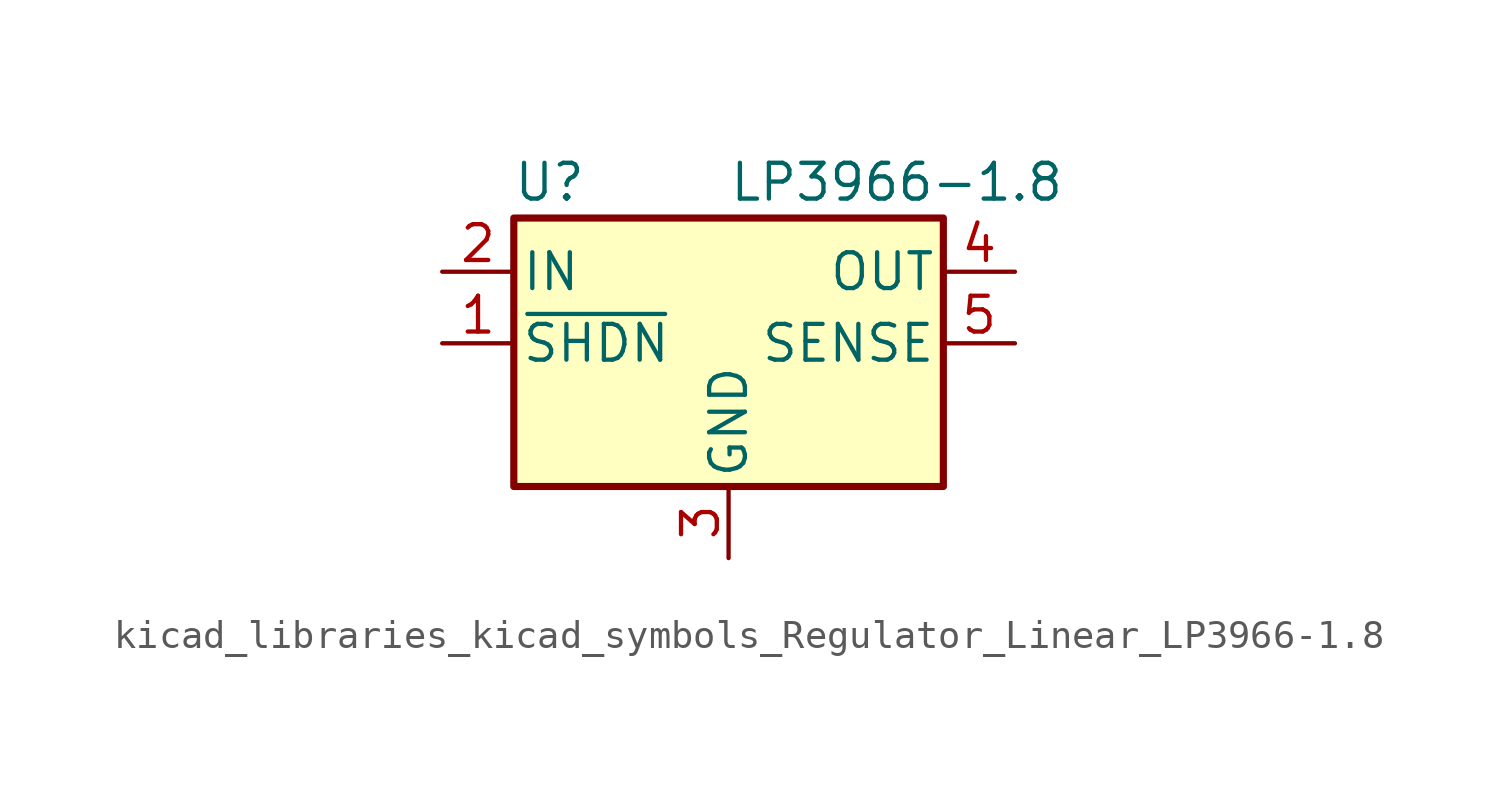
<source format=kicad_sym>
(kicad_symbol_lib
  (version 20220914)
  (generator kicad_symbol_editor)
  (symbol "kicad_libraries_kicad_symbols_Regulator_Linear_LP3966-1.8"
    (pin_names
      (offset 0.254))
    (property "Reference" "U"
      (at -6.35 5.715 0)
      (effects (font (size 1.27 1.27))))
    (property "Value" "LP3966-1.8"
      (at 0 5.715 0)
      (effects (font (size 1.27 1.27)) (justify left)))
    (symbol "kicad_libraries_kicad_symbols_Regulator_Linear_LP3966-1.8_0_1"
      (rectangle (start -7.62 -5.08) (end 7.62 4.445) (stroke (width 0.254) (type default)) (fill (type background))))
    (symbol "kicad_libraries_kicad_symbols_Regulator_Linear_LP3966-1.8_1_1"
      (pin input line (at -10.16 0 0) (length 2.54) (name "~{SHDN}" (effects (font (size 1.27 1.27)))) (number "1" (effects (font (size 1.27 1.27)))))
      (pin power_in line (at -10.16 2.54 0) (length 2.54) (name "IN" (effects (font (size 1.27 1.27)))) (number "2" (effects (font (size 1.27 1.27)))))
      (pin power_in line (at 0 -7.62 90) (length 2.54) (name "GND" (effects (font (size 1.27 1.27)))) (number "3" (effects (font (size 1.27 1.27)))))
      (pin power_out line (at 10.16 2.54 180) (length 2.54) (name "OUT" (effects (font (size 1.27 1.27)))) (number "4" (effects (font (size 1.27 1.27)))))
      (pin input line (at 10.16 0 180) (length 2.54) (name "SENSE" (effects (font (size 1.27 1.27)))) (number "5" (effects (font (size 1.27 1.27))))))))
</source>
